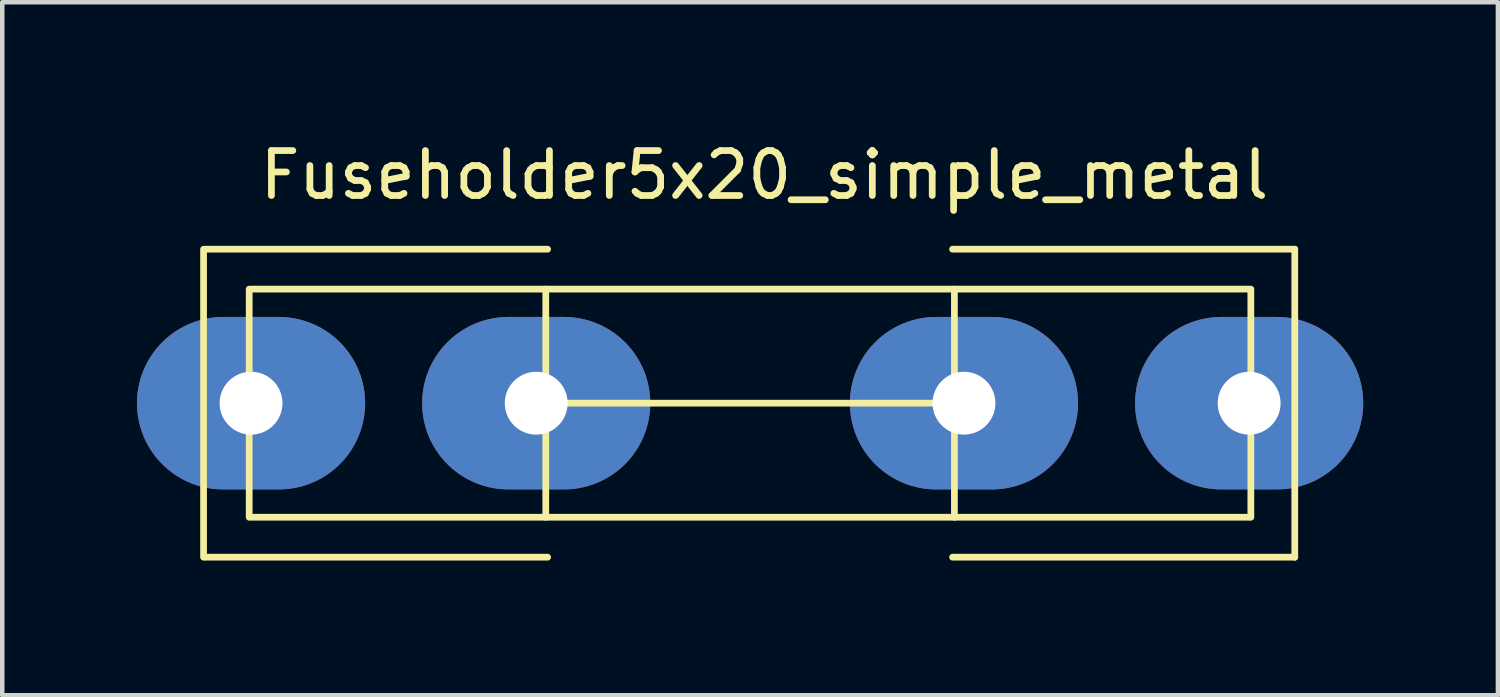
<source format=kicad_pcb>
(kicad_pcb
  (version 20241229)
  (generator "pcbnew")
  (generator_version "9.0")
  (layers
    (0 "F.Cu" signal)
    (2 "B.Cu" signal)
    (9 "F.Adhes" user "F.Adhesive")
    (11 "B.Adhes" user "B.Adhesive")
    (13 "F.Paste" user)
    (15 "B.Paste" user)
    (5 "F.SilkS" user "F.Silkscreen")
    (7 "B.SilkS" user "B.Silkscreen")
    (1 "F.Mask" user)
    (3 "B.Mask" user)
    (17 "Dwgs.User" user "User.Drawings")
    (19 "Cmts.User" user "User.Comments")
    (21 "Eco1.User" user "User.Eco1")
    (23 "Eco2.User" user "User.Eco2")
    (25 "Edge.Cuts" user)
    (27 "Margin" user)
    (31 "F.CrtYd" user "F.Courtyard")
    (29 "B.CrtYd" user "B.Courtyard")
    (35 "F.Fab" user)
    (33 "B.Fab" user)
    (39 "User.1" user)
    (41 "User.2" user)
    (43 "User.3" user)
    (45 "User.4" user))
  (footprint "Fuseholder5x20_simple_metal"
    (layer "F.Cu")
    (at 13.335 5.928)
    (property "Reference" "Fuseholder5x20_simple_metal" (at 0.635 -5.08 0) (layer "F.SilkS") (effects (font (size 1 1) (thickness 0.15))))
    (attr through_hole)
    (fp_line (start -11.852 -3.429) (end -11.852 3.429) (stroke (width 0.15) (type solid)) (layer "F.SilkS"))
    (fp_line (start -11.811 -3.429) (end -4.191 -3.429) (stroke (width 0.15) (type solid)) (layer "F.SilkS"))
    (fp_line (start -11.811 3.429) (end -4.191 3.429) (stroke (width 0.15) (type solid)) (layer "F.SilkS"))
    (fp_line (start -10.836 -2.54) (end -10.836 2.54) (stroke (width 0.15) (type solid)) (layer "F.SilkS"))
    (fp_line (start -10.795 -2.54) (end 11.43 -2.54) (stroke (width 0.15) (type solid)) (layer "F.SilkS"))
    (fp_line (start -4.232 0) (end -4.232 -2.54) (stroke (width 0.15) (type solid)) (layer "F.SilkS"))
    (fp_line (start -4.232 2.54) (end -4.232 0) (stroke (width 0.15) (type solid)) (layer "F.SilkS"))
    (fp_line (start -4.191 0) (end 4.826 0) (stroke (width 0.15) (type solid)) (layer "F.SilkS"))
    (fp_line (start 4.867 0) (end 4.867 -2.54) (stroke (width 0.15) (type solid)) (layer "F.SilkS"))
    (fp_line (start 4.867 2.54) (end 4.867 0) (stroke (width 0.15) (type solid)) (layer "F.SilkS"))
    (fp_line (start 11.43 2.54) (end -10.795 2.54) (stroke (width 0.15) (type solid)) (layer "F.SilkS"))
    (fp_line (start 11.468 -2.54) (end 11.468 2.54) (stroke (width 0.15) (type solid)) (layer "F.SilkS"))
    (fp_line (start 12.446 -3.429) (end 4.826 -3.429) (stroke (width 0.15) (type solid)) (layer "F.SilkS"))
    (fp_line (start 12.446 -3.429) (end 12.446 3.429) (stroke (width 0.15) (type solid)) (layer "F.SilkS"))
    (fp_line (start 12.446 3.429) (end 4.826 3.429) (stroke (width 0.15) (type solid)) (layer "F.SilkS"))
    (pad "1" thru_hole oval (at -10.795 0) (size 5.08 3.84) (drill 1.4) (layers "*.Cu" "*.Mask"))
    (pad "1" thru_hole oval (at -4.445 0) (size 5.08 3.84) (drill 1.4) (layers "*.Cu" "*.Mask"))
    (pad "2" thru_hole oval (at 5.08 0) (size 5.08 3.84) (drill 1.4) (layers "*.Cu" "*.Mask"))
    (pad "2" thru_hole oval (at 11.43 0) (size 5.08 3.84) (drill 1.4) (layers "*.Cu" "*.Mask")))
  (gr_rect
    (start -3 -3)
    (end 30.305 12.432)
    (stroke (width 0.1) (type default))
    (fill no)
    (layer "Edge.Cuts")))
</source>
